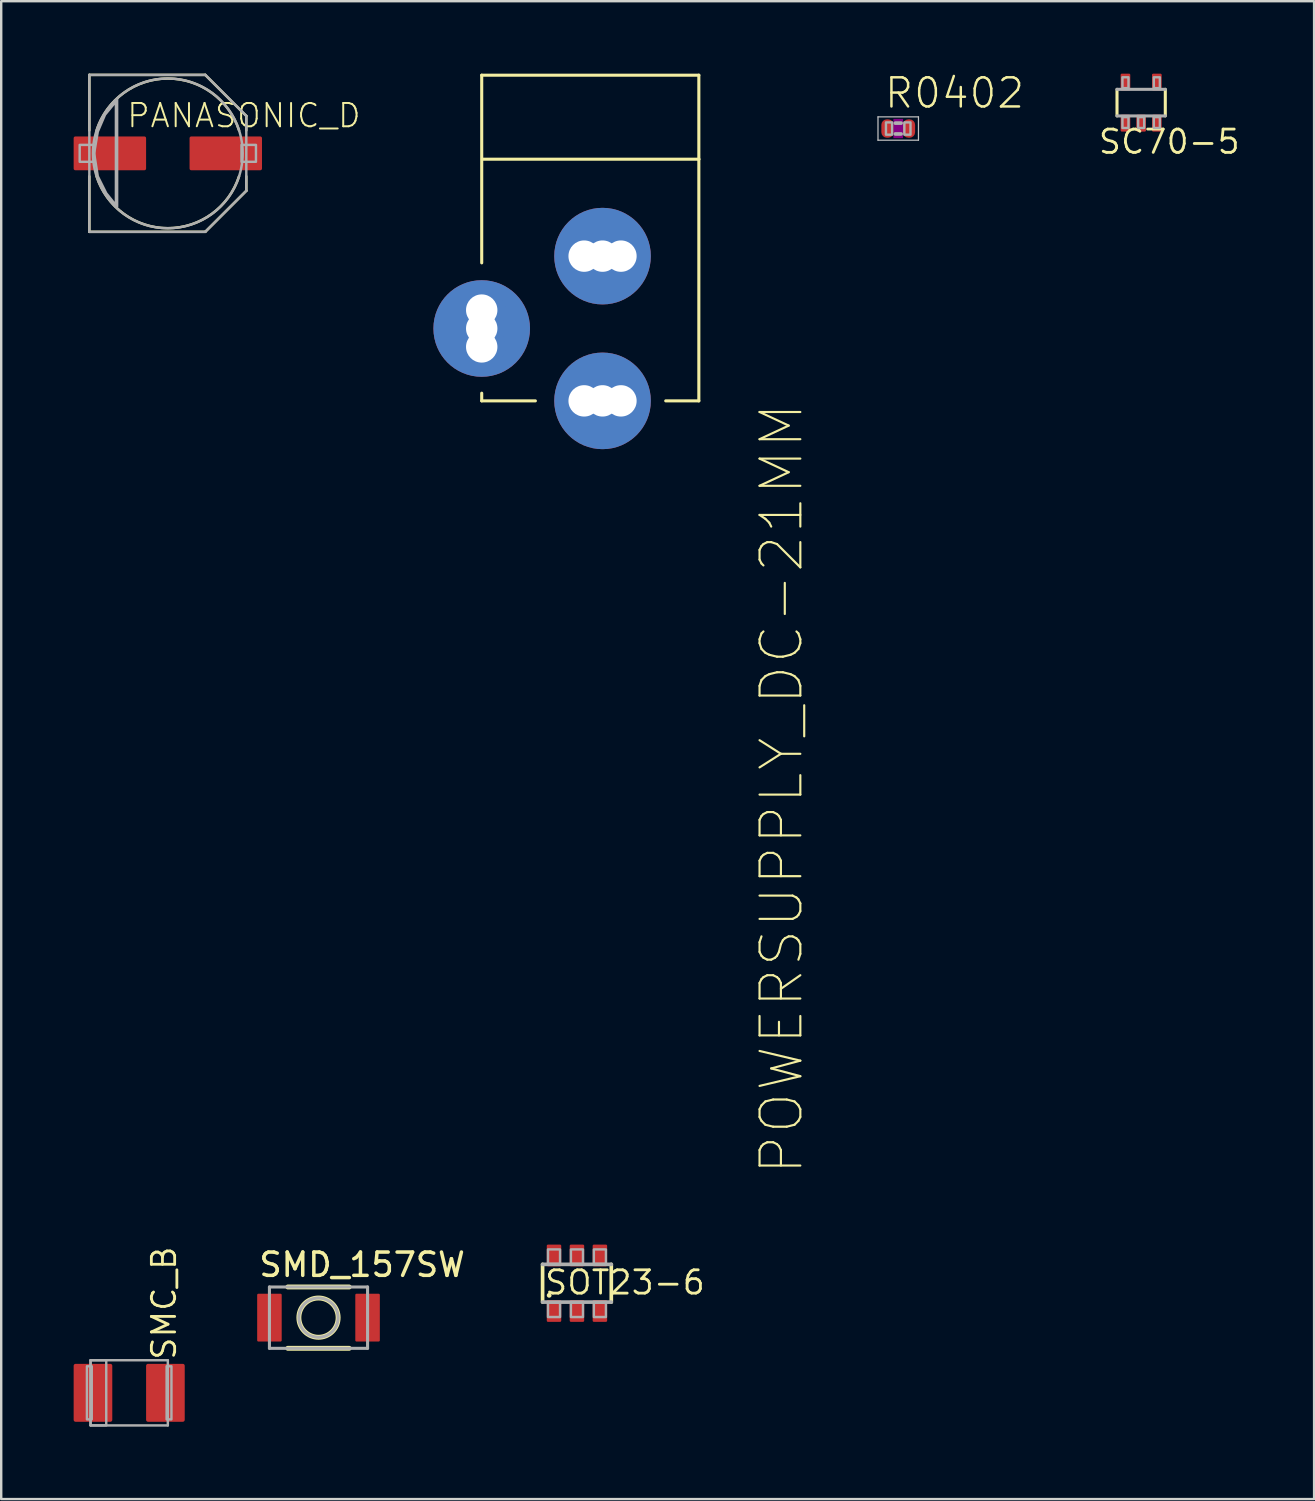
<source format=kicad_pcb>
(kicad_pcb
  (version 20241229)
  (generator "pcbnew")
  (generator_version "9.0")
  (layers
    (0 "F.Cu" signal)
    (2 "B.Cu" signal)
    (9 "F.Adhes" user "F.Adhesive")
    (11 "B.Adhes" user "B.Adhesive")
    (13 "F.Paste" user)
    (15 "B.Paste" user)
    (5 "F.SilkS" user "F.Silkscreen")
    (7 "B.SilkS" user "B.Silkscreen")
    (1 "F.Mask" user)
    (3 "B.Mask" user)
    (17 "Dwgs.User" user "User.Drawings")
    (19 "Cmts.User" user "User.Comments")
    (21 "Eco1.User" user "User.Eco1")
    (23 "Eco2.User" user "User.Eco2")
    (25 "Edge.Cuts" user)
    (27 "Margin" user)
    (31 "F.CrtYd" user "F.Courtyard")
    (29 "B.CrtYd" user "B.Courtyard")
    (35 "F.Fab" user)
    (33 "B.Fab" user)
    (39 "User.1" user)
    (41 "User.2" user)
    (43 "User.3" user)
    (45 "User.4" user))
  (footprint "SMC_B"
    (layer "F.Cu")
    (at 2.3 54.63)
    (property "Reference" "SMC_B" (at 2.007 -1.295 270) (layer "F.SilkS") (effects (font (size 0.965 0.965) (thickness 0.116)) (justify left bottom)))
    (attr through_hole)
    (fp_line (start -1.6 -1.35) (end 1.6 -1.35) (stroke (width 0.102) (type solid)) (layer "F.Fab"))
    (fp_line (start -1.6 1.35) (end -1.6 -1.35) (stroke (width 0.102) (type solid)) (layer "F.Fab"))
    (fp_line (start 1.6 -1.35) (end 1.6 1.35) (stroke (width 0.102) (type solid)) (layer "F.Fab"))
    (fp_line (start 1.6 1.35) (end -1.6 1.35) (stroke (width 0.102) (type solid)) (layer "F.Fab"))
    (fp_poly (pts (xy -1.75 1.1) (xy -1.55 1.1) (xy -1.55 -1.1) (xy -1.75 -1.1)) (stroke (width 0.1) (type solid)) (fill no) (layer "F.Fab"))
    (fp_poly (pts (xy -1.6 1.35) (xy -0.95 1.35) (xy -0.95 -1.35) (xy -1.6 -1.35)) (stroke (width 0.1) (type solid)) (fill no) (layer "F.Fab"))
    (fp_poly (pts (xy 1.75 -1.1) (xy 1.55 -1.1) (xy 1.55 1.1) (xy 1.75 1.1)) (stroke (width 0.1) (type solid)) (fill no) (layer "F.Fab"))
    (pad "+" smd roundrect (at -1.5 0) (size 1.6 2.4) (layers "F.Cu" "F.Mask" "F.Paste") (roundrect_rratio 0.05))
    (pad "-" smd roundrect (at 1.5 0 180) (size 1.6 2.4) (layers "F.Cu" "F.Mask" "F.Paste") (roundrect_rratio 0.05)))
  (footprint "POWERSUPPLY_DC-21MM"
    (layer "F.Cu")
    (at 21.979 7.201)
    (property "Reference" "POWERSUPPLY_DC-21MM" (at 6.35 6.35 90) (layer "F.SilkS") (effects (font (size 1.689 1.689) (thickness 0.089)) (justify right top)))
    (attr through_hole)
    (fp_line (start -5.08 -7.137) (end -5.08 0.635) (stroke (width 0.127) (type solid)) (layer "F.SilkS"))
    (fp_line (start -5.08 6.35) (end -5.08 6.032) (stroke (width 0.127) (type solid)) (layer "F.SilkS"))
    (fp_line (start -5.055 -3.658) (end 3.912 -3.658) (stroke (width 0.127) (type solid)) (layer "F.SilkS"))
    (fp_line (start -2.857 6.35) (end -5.08 6.35) (stroke (width 0.127) (type solid)) (layer "F.SilkS"))
    (fp_line (start 2.54 6.35) (end 3.912 6.35) (stroke (width 0.127) (type solid)) (layer "F.SilkS"))
    (fp_line (start 3.912 -7.137) (end -5.08 -7.137) (stroke (width 0.127) (type solid)) (layer "F.SilkS"))
    (fp_line (start 3.912 -3.658) (end 3.912 -7.137) (stroke (width 0.127) (type solid)) (layer "F.SilkS"))
    (fp_line (start 3.912 6.35) (end 3.912 -3.658) (stroke (width 0.127) (type solid)) (layer "F.SilkS"))
    (pad "1" thru_hole circle (at -5.08 3.353 90) (size 4 4) (drill 1.3) (layers "*.Cu" "*.Mask"))
    (pad "2" thru_hole circle (at -0.076 6.35) (size 4 4) (drill 1.3) (layers "*.Cu" "*.Mask"))
    (pad "3" thru_hole circle (at -0.076 0.356) (size 4 4) (drill 1.3) (layers "*.Cu" "*.Mask"))
    (pad "4" thru_hole circle (at -5.08 4.115) (size 1.95 1.95) (drill 1.3) (layers "*.Cu" "*.Mask"))
    (pad "5" thru_hole circle (at -5.08 2.591) (size 1.95 1.95) (drill 1.3) (layers "*.Cu" "*.Mask"))
    (pad "6" thru_hole circle (at -0.838 0.356) (size 1.95 1.95) (drill 1.3) (layers "*.Cu" "*.Mask"))
    (pad "7" thru_hole circle (at 0.686 0.356) (size 1.95 1.95) (drill 1.3) (layers "*.Cu" "*.Mask"))
    (pad "8" thru_hole circle (at -0.838 6.35) (size 1.95 1.95) (drill 1.3) (layers "*.Cu" "*.Mask"))
    (pad "9" thru_hole circle (at 0.686 6.35) (size 1.95 1.95) (drill 1.3) (layers "*.Cu" "*.Mask")))
  (footprint "SOT23-6"
    (layer "F.Cu")
    (at 20.843 50.092)
    (property "Reference" "SOT23-6" (at -1.397 0.533 180) (layer "F.SilkS") (effects (font (size 0.965 0.965) (thickness 0.116)) (justify left bottom)))
    (attr through_hole)
    (fp_line (start -1.423 0.781) (end -1.423 -0.781) (stroke (width 0.152) (type solid)) (layer "F.SilkS"))
    (fp_line (start 1.422 -0.781) (end 1.422 0.781) (stroke (width 0.152) (type solid)) (layer "F.SilkS"))
    (fp_circle (center -1.15 0.5) (end -1.1 0.5) (stroke (width 0.1) (type solid)) (fill no) (layer "F.SilkS"))
    (fp_line (start -1.423 -0.781) (end 1.422 -0.781) (stroke (width 0.152) (type solid)) (layer "F.Fab"))
    (fp_line (start 1.422 0.781) (end -1.423 0.781) (stroke (width 0.152) (type solid)) (layer "F.Fab"))
    (fp_poly (pts (xy -1.2 -0.8) (xy -0.7 -0.8) (xy -0.7 -1.4) (xy -1.2 -1.4)) (stroke (width 0.1) (type solid)) (fill no) (layer "F.Fab"))
    (fp_poly (pts (xy -1.2 1.4) (xy -0.7 1.4) (xy -0.7 0.8) (xy -1.2 0.8)) (stroke (width 0.1) (type solid)) (fill no) (layer "F.Fab"))
    (fp_poly (pts (xy -0.25 -0.8) (xy 0.25 -0.8) (xy 0.25 -1.4) (xy -0.25 -1.4)) (stroke (width 0.1) (type solid)) (fill no) (layer "F.Fab"))
    (fp_poly (pts (xy -0.25 1.4) (xy 0.25 1.4) (xy 0.25 0.8) (xy -0.25 0.8)) (stroke (width 0.1) (type solid)) (fill no) (layer "F.Fab"))
    (fp_poly (pts (xy 0.7 -0.8) (xy 1.2 -0.8) (xy 1.2 -1.4) (xy 0.7 -1.4)) (stroke (width 0.1) (type solid)) (fill no) (layer "F.Fab"))
    (fp_poly (pts (xy 0.7 1.4) (xy 1.2 1.4) (xy 1.2 0.8) (xy 0.7 0.8)) (stroke (width 0.1) (type solid)) (fill no) (layer "F.Fab"))
    (pad "1" smd roundrect (at -0.95 1.15) (size 0.6 0.9) (layers "F.Cu" "F.Mask" "F.Paste") (roundrect_rratio 0.085))
    (pad "2" smd roundrect (at 0 1.15) (size 0.6 0.9) (layers "F.Cu" "F.Mask" "F.Paste") (roundrect_rratio 0.085))
    (pad "3" smd roundrect (at 0.95 1.15) (size 0.6 0.9) (layers "F.Cu" "F.Mask" "F.Paste") (roundrect_rratio 0.085))
    (pad "4" smd roundrect (at 0.95 -1.15) (size 0.6 0.9) (layers "F.Cu" "F.Mask" "F.Paste") (roundrect_rratio 0.085))
    (pad "5" smd roundrect (at 0 -1.15) (size 0.6 0.9) (layers "F.Cu" "F.Mask" "F.Paste") (roundrect_rratio 0.085))
    (pad "6" smd roundrect (at -0.95 -1.15) (size 0.6 0.9) (layers "F.Cu" "F.Mask" "F.Paste") (roundrect_rratio 0.085)))
  (footprint "SMD_157SW"
    (layer "F.Cu")
    (at 10.14 51.517)
    (property "Reference" "SMD_157SW" (at -2.54 -1.626 180) (layer "F.SilkS") (effects (font (size 0.965 0.965) (thickness 0.145)) (justify left bottom)))
    (attr through_hole)
    (fp_line (start -1.27 -1.27) (end 1.27 -1.27) (stroke (width 0.203) (type solid)) (layer "F.SilkS"))
    (fp_line (start -1.27 1.27) (end 1.27 1.27) (stroke (width 0.203) (type solid)) (layer "F.SilkS"))
    (fp_circle (center 0 0) (end 0.813 0) (stroke (width 0.203) (type solid)) (fill no) (layer "F.SilkS"))
    (fp_line (start -2.032 -1.27) (end 2.032 -1.27) (stroke (width 0.127) (type solid)) (layer "F.Fab"))
    (fp_line (start -2.032 1.27) (end -2.032 -1.27) (stroke (width 0.127) (type solid)) (layer "F.Fab"))
    (fp_line (start 2.032 -1.27) (end 2.032 1.27) (stroke (width 0.127) (type solid)) (layer "F.Fab"))
    (fp_line (start 2.032 1.27) (end -2.032 1.27) (stroke (width 0.127) (type solid)) (layer "F.Fab"))
    (fp_circle (center 0 0) (end 0.813 0) (stroke (width 0.127) (type solid)) (fill no) (layer "F.Fab"))
    (pad "1" smd roundrect (at -2.032 0) (size 1.016 1.981) (layers "F.Cu" "F.Mask" "F.Paste") (roundrect_rratio 0.05))
    (pad "2" smd roundrect (at 2.032 0) (size 1.016 1.981) (layers "F.Cu" "F.Mask" "F.Paste") (roundrect_rratio 0.05)))
  (footprint "SC70-5"
    (layer "F.Cu")
    (at 44.208 1.2)
    (property "Reference" "SC70-5" (at -1.829 2.184 0) (layer "F.SilkS") (effects (font (size 0.965 0.965) (thickness 0.116)) (justify left bottom)))
    (attr through_hole)
    (fp_line (start -1 -0.55) (end -1 0.55) (stroke (width 0.127) (type solid)) (layer "F.SilkS"))
    (fp_line (start 1 0.55) (end 1 -0.55) (stroke (width 0.127) (type solid)) (layer "F.SilkS"))
    (fp_line (start -1 0.55) (end 1 0.55) (stroke (width 0.127) (type solid)) (layer "F.Fab"))
    (fp_line (start 1 -0.55) (end -1 -0.55) (stroke (width 0.127) (type solid)) (layer "F.Fab"))
    (fp_poly (pts (xy -0.775 -0.6) (xy -0.525 -0.6) (xy -0.525 -1.05) (xy -0.775 -1.05)) (stroke (width 0.1) (type solid)) (fill no) (layer "F.Fab"))
    (fp_poly (pts (xy -0.775 1.05) (xy -0.525 1.05) (xy -0.525 0.6) (xy -0.775 0.6)) (stroke (width 0.1) (type solid)) (fill no) (layer "F.Fab"))
    (fp_poly (pts (xy -0.125 1.05) (xy 0.125 1.05) (xy 0.125 0.6) (xy -0.125 0.6)) (stroke (width 0.1) (type solid)) (fill no) (layer "F.Fab"))
    (fp_poly (pts (xy 0.525 -0.6) (xy 0.775 -0.6) (xy 0.775 -1.05) (xy 0.525 -1.05)) (stroke (width 0.1) (type solid)) (fill no) (layer "F.Fab"))
    (fp_poly (pts (xy 0.525 1.05) (xy 0.775 1.05) (xy 0.775 0.6) (xy 0.525 0.6)) (stroke (width 0.1) (type solid)) (fill no) (layer "F.Fab"))
    (pad "1" smd roundrect (at -0.65 0.85) (size 0.4 0.7) (layers "F.Cu" "F.Mask" "F.Paste") (roundrect_rratio 0.127))
    (pad "2" smd roundrect (at 0 0.85) (size 0.4 0.7) (layers "F.Cu" "F.Mask" "F.Paste") (roundrect_rratio 0.127))
    (pad "3" smd roundrect (at 0.65 0.85) (size 0.4 0.7) (layers "F.Cu" "F.Mask" "F.Paste") (roundrect_rratio 0.127))
    (pad "4" smd roundrect (at 0.65 -0.85) (size 0.4 0.7) (layers "F.Cu" "F.Mask" "F.Paste") (roundrect_rratio 0.127))
    (pad "5" smd roundrect (at -0.65 -0.85) (size 0.4 0.7) (layers "F.Cu" "F.Mask" "F.Paste") (roundrect_rratio 0.127)))
  (footprint "PANASONIC_D"
    (layer "F.Cu")
    (at 3.9 3.301)
    (property "Reference" "PANASONIC_D" (at -1.75 -1 0) (layer "F.SilkS") (effects (font (size 0.965 0.965) (thickness 0.081)) (justify left bottom)))
    (attr through_hole)
    (fp_line (start -3.25 -3.25) (end 1.55 -3.25) (stroke (width 0.102) (type solid)) (layer "F.SilkS"))
    (fp_line (start -3.25 -0.95) (end -3.25 -3.25) (stroke (width 0.102) (type solid)) (layer "F.SilkS"))
    (fp_line (start -3.25 3.25) (end -3.25 0.95) (stroke (width 0.102) (type solid)) (layer "F.SilkS"))
    (fp_line (start 1.55 -3.25) (end 3.25 -1.55) (stroke (width 0.102) (type solid)) (layer "F.SilkS"))
    (fp_line (start 1.55 3.25) (end -3.25 3.25) (stroke (width 0.102) (type solid)) (layer "F.SilkS"))
    (fp_line (start 3.25 -1.55) (end 3.25 -0.95) (stroke (width 0.102) (type solid)) (layer "F.SilkS"))
    (fp_line (start 3.25 0.95) (end 3.25 1.55) (stroke (width 0.102) (type solid)) (layer "F.SilkS"))
    (fp_line (start 3.25 1.55) (end 1.55 3.25) (stroke (width 0.102) (type solid)) (layer "F.SilkS"))
    (fp_arc (start -2.95 -0.95) (mid 0 -3.099193) (end 2.95 -0.95) (stroke (width 0.1016) (type solid)) (layer "F.SilkS"))
    (fp_arc (start 2.95 0.95) (mid 0 3.099193) (end -2.95 0.95) (stroke (width 0.1016) (type solid)) (layer "F.SilkS"))
    (fp_line (start -3.25 -3.25) (end 1.55 -3.25) (stroke (width 0.102) (type solid)) (layer "F.Fab"))
    (fp_line (start -3.25 3.25) (end -3.25 -3.25) (stroke (width 0.102) (type solid)) (layer "F.Fab"))
    (fp_line (start -2.1 -2.25) (end -2.1 2.2) (stroke (width 0.102) (type solid)) (layer "F.Fab"))
    (fp_line (start 1.55 -3.25) (end 3.25 -1.55) (stroke (width 0.102) (type solid)) (layer "F.Fab"))
    (fp_line (start 1.55 3.25) (end -3.25 3.25) (stroke (width 0.102) (type solid)) (layer "F.Fab"))
    (fp_line (start 3.25 -1.55) (end 3.25 1.55) (stroke (width 0.102) (type solid)) (layer "F.Fab"))
    (fp_line (start 3.25 1.55) (end 1.55 3.25) (stroke (width 0.102) (type solid)) (layer "F.Fab"))
    (fp_circle (center 0 0) (end 3.1 0) (stroke (width 0.102) (type solid)) (fill no) (layer "F.Fab"))
    (fp_poly (pts (xy -3.65 0.35) (xy -3.05 0.35) (xy -3.05 -0.35) (xy -3.65 -0.35)) (stroke (width 0.1) (type solid)) (fill no) (layer "F.Fab"))
    (fp_poly (pts (xy 3.05 0.35) (xy 3.65 0.35) (xy 3.65 -0.35) (xy 3.05 -0.35)) (stroke (width 0.1) (type solid)) (fill no) (layer "F.Fab"))
    (fp_poly (pts (xy -2.15 -2.15) (xy -2.6 -1.6) (xy -2.9 -0.9) (xy -3.05 0) (xy -2.9 0.95) (xy -2.55 1.65) (xy -2.15 2.15) (xy -2.15 -2.1)) (stroke (width 0.1) (type solid)) (fill no) (layer "F.Fab"))
    (pad "+" smd roundrect (at 2.4 0) (size 3 1.4) (layers "F.Cu" "F.Mask" "F.Paste") (roundrect_rratio 0.05))
    (pad "-" smd roundrect (at -2.4 0) (size 3 1.4) (layers "F.Cu" "F.Mask" "F.Paste") (roundrect_rratio 0.05)))
  (footprint "R0402"
    (layer "F.Cu")
    (at 34.148 2.273)
    (property "Reference" "R0402" (at -0.635 -0.762 0) (layer "F.SilkS") (effects (font (size 1.206 1.206) (thickness 0.102)) (justify left bottom)))
    (attr through_hole)
    (fp_poly (pts (xy -0.2 0.4) (xy 0.2 0.4) (xy 0.2 -0.4) (xy -0.2 -0.4)) (stroke (width 0) (type solid)) (fill yes) (layer "F.Adhes"))
    (fp_line (start -0.838 -0.483) (end 0.838 -0.483) (stroke (width 0.051) (type solid)) (layer "Dwgs.User"))
    (fp_line (start -0.838 0.483) (end -0.838 -0.483) (stroke (width 0.051) (type solid)) (layer "Dwgs.User"))
    (fp_line (start 0.838 -0.483) (end 0.838 0.483) (stroke (width 0.051) (type solid)) (layer "Dwgs.User"))
    (fp_line (start 0.838 0.483) (end -0.838 0.483) (stroke (width 0.051) (type solid)) (layer "Dwgs.User"))
    (fp_line (start -0.118 -0.224) (end 0.118 -0.224) (stroke (width 0.152) (type solid)) (layer "F.Fab"))
    (fp_line (start 0.118 0.224) (end -0.118 0.224) (stroke (width 0.152) (type solid)) (layer "F.Fab"))
    (fp_poly (pts (xy -0.508 0.254) (xy -0.254 0.254) (xy -0.254 -0.254) (xy -0.508 -0.254)) (stroke (width 0.1) (type solid)) (fill no) (layer "F.Fab"))
    (fp_poly (pts (xy 0.254 0.254) (xy 0.508 0.254) (xy 0.508 -0.254) (xy 0.254 -0.254)) (stroke (width 0.1) (type solid)) (fill no) (layer "F.Fab"))
    (pad "1" smd roundrect (at -0.445 0) (size 0.508 0.762) (layers "F.Cu" "F.Mask" "F.Paste") (roundrect_rratio 0.45))
    (pad "2" smd roundrect (at 0.445 0) (size 0.508 0.762) (layers "F.Cu" "F.Mask" "F.Paste") (roundrect_rratio 0.45)))
  (gr_rect
    (start -3 -3)
    (end 51.371 59.031)
    (stroke (width 0.1) (type default))
    (fill no)
    (layer "Edge.Cuts")))
</source>
